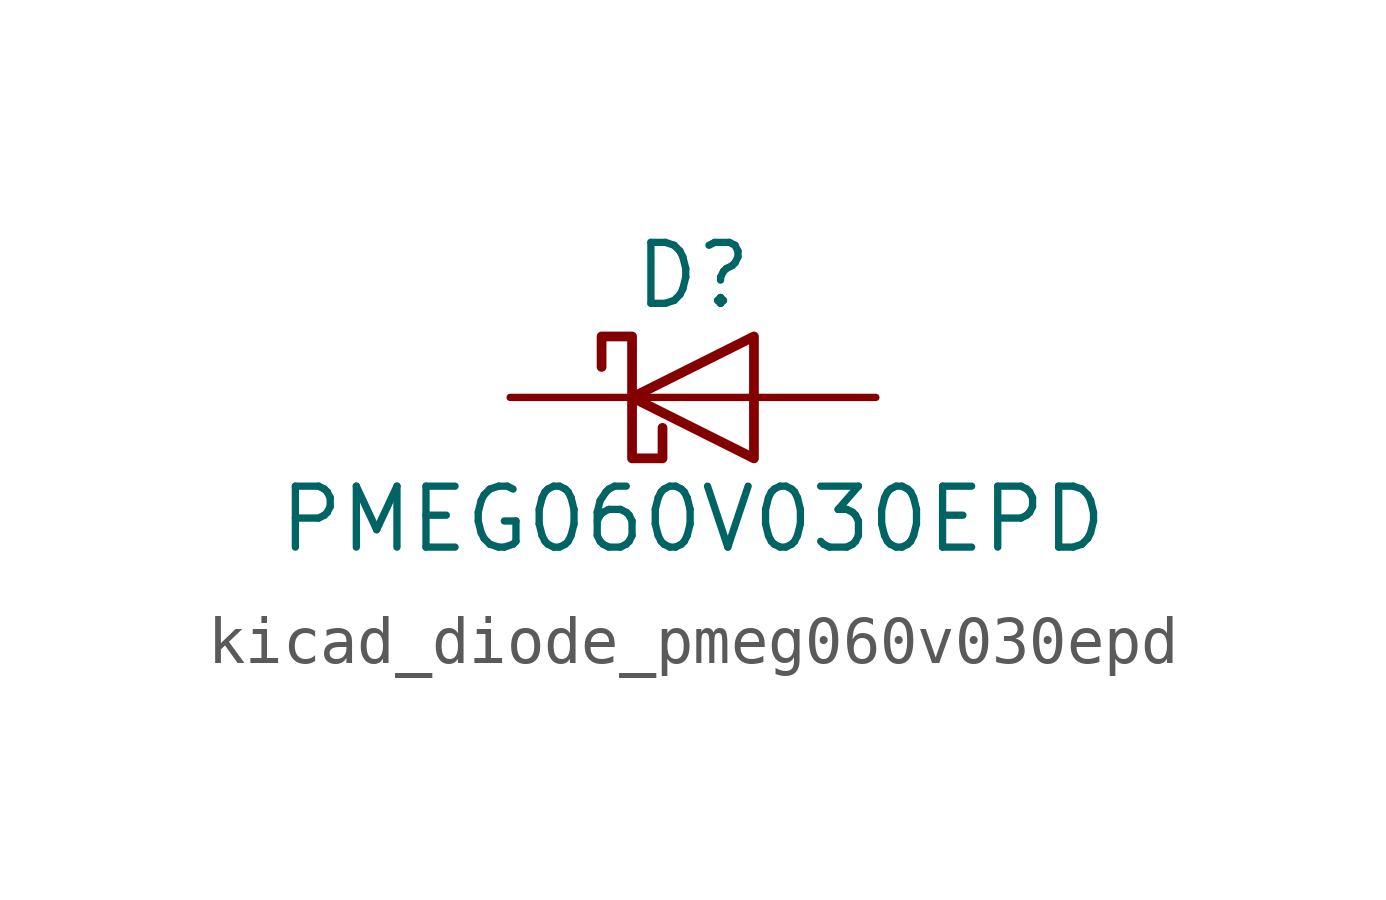
<source format=kicad_sym>
(kicad_symbol_lib
  (version 20220914)
  (generator kicad_symbol_editor)
  (symbol "kicad_diode_pmeg060v030epd"
    (pin_numbers hide)
    (pin_names hide)
    (property "Reference" "D"
      (at 0 2.54 0)
      (effects (font (size 1.27 1.27))))
    (property "Value" "PMEG060V030EPD"
      (at 0 -2.54 0)
      (effects (font (size 1.27 1.27))))
    (symbol "kicad_diode_pmeg060v030epd_0_1"
      (polyline (pts (xy 1.27 0) (xy -1.27 0)) (stroke (width 0) (type default)) (fill (type none)))
      (polyline (pts (xy 1.27 1.27) (xy 1.27 -1.27) (xy -1.27 0) (xy 1.27 1.27)) (stroke (width 0.203) (type default)) (fill (type none)))
      (polyline (pts (xy -1.905 0.635) (xy -1.905 1.27) (xy -1.27 1.27) (xy -1.27 -1.27) (xy -0.635 -1.27) (xy -0.635 -0.635)) (stroke (width 0.203) (type default)) (fill (type none))))
    (symbol "kicad_diode_pmeg060v030epd_1_1"
      (pin passive line (at 3.81 0 180) (length 2.54) (name "A" (effects (font (size 1.27 1.27)))) (number "1" (effects (font (size 1.27 1.27)))))
      (pin passive line (at 3.81 0 180) (length 2.54) hide (name "A" (effects (font (size 1.27 1.27)))) (number "2" (effects (font (size 1.27 1.27)))))
      (pin passive line (at -3.81 0 0) (length 2.54) (name "K" (effects (font (size 1.27 1.27)))) (number "3" (effects (font (size 1.27 1.27))))))))
</source>
